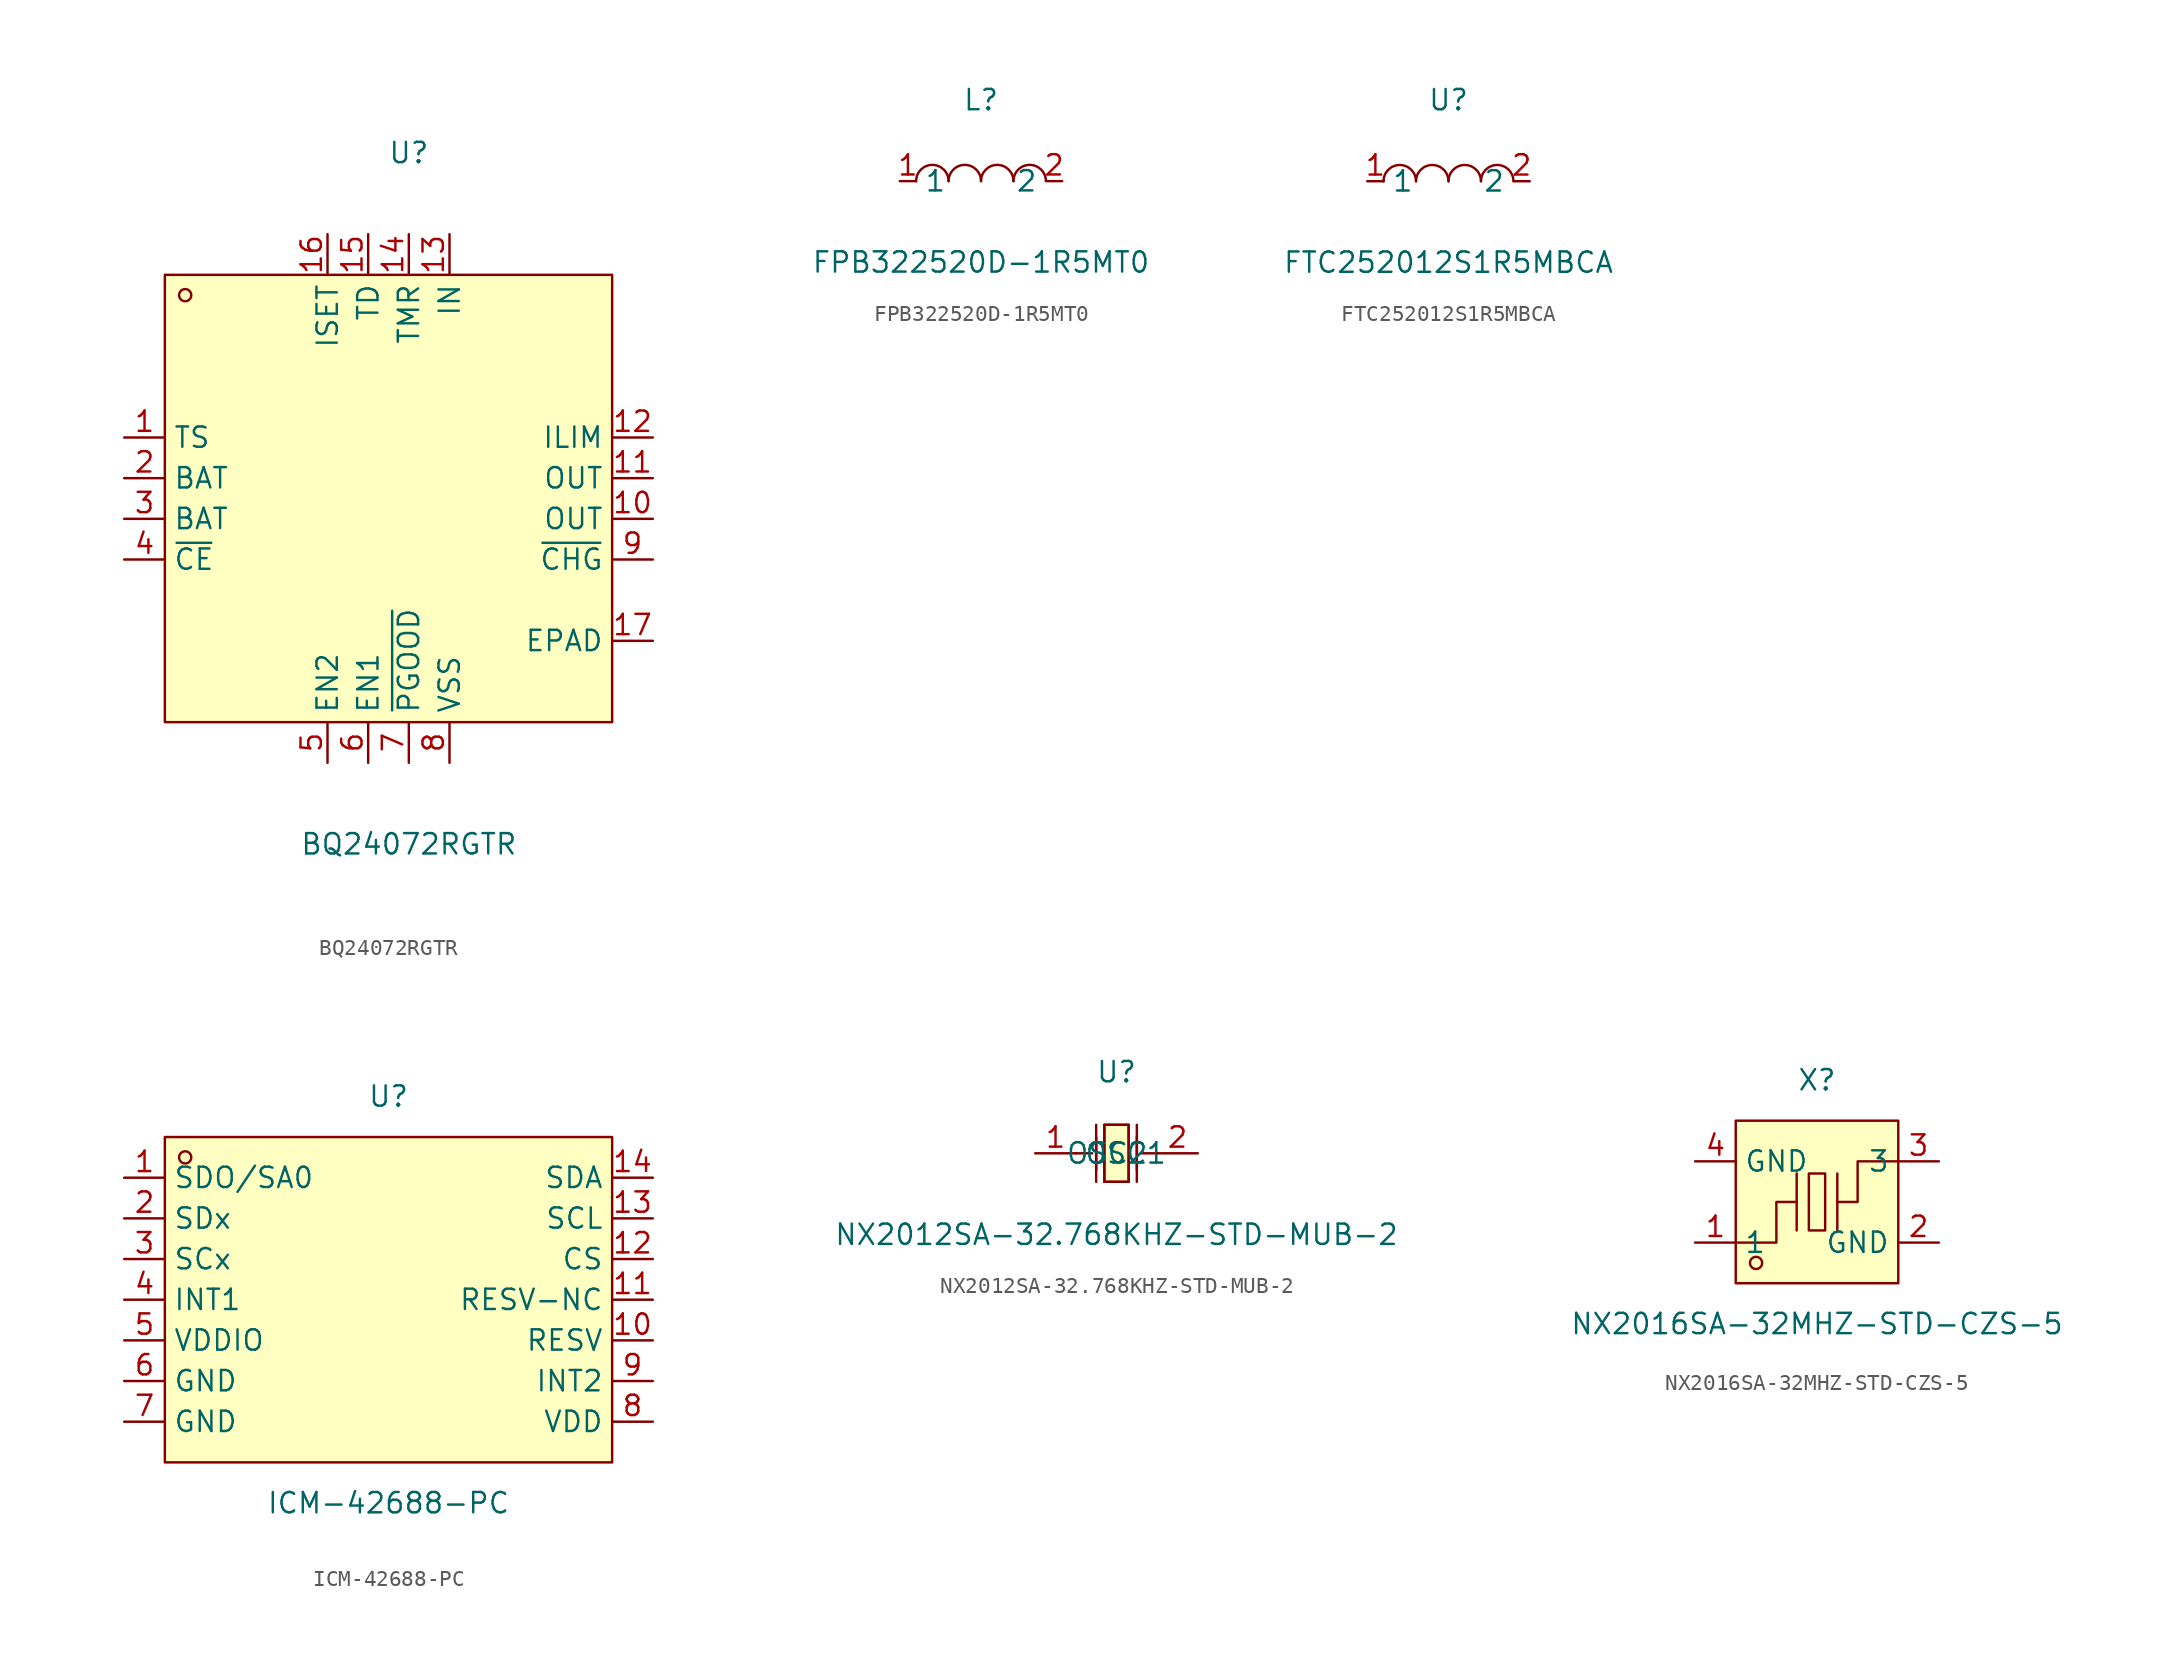
<source format=kicad_sym>
(kicad_symbol_lib
  (version 20211014)
  (generator https://github.com/uPesy/easyeda2kicad.py)
  (symbol "BQ24072RGTR"
    (property "Reference" "U"
      (at 0 20.32 0)
      (effects (font (size 1.27 1.27))))
    (property "Value" "BQ24072RGTR"
      (at 0 -22.86 0)
      (effects (font (size 1.27 1.27))))
    (symbol "BQ24072RGTR_0_1"
      (rectangle (start -15.24 12.70) (end 12.70 -15.24) (stroke (width 0) (type default) (color 0 0 0 0)) (fill (type background)))
      (circle (center -13.97 11.43) (radius 0.38) (stroke (width 0) (type default) (color 0 0 0 0)) (fill (type none)))
      (pin unspecified line (at -17.78 2.54 0) (length 2.54) (name "TS" (effects (font (size 1.27 1.27)))) (number "1" (effects (font (size 1.27 1.27)))))
      (pin unspecified line (at -17.78 -0.00 0) (length 2.54) (name "BAT" (effects (font (size 1.27 1.27)))) (number "2" (effects (font (size 1.27 1.27)))))
      (pin unspecified line (at -17.78 -2.54 0) (length 2.54) (name "BAT" (effects (font (size 1.27 1.27)))) (number "3" (effects (font (size 1.27 1.27)))))
      (pin unspecified line (at -17.78 -5.08 0) (length 2.54) (name "~{CE}" (effects (font (size 1.27 1.27)))) (number "4" (effects (font (size 1.27 1.27)))))
      (pin unspecified line (at -5.08 -17.78 90) (length 2.54) (name "EN2" (effects (font (size 1.27 1.27)))) (number "5" (effects (font (size 1.27 1.27)))))
      (pin unspecified line (at -2.54 -17.78 90) (length 2.54) (name "EN1" (effects (font (size 1.27 1.27)))) (number "6" (effects (font (size 1.27 1.27)))))
      (pin unspecified line (at 0.00 -17.78 90) (length 2.54) (name "~{PGOOD}" (effects (font (size 1.27 1.27)))) (number "7" (effects (font (size 1.27 1.27)))))
      (pin unspecified line (at 2.54 -17.78 90) (length 2.54) (name "VSS" (effects (font (size 1.27 1.27)))) (number "8" (effects (font (size 1.27 1.27)))))
      (pin unspecified line (at 15.24 -5.08 180) (length 2.54) (name "~{CHG}" (effects (font (size 1.27 1.27)))) (number "9" (effects (font (size 1.27 1.27)))))
      (pin unspecified line (at 15.24 -2.54 180) (length 2.54) (name "OUT" (effects (font (size 1.27 1.27)))) (number "10" (effects (font (size 1.27 1.27)))))
      (pin unspecified line (at 15.24 -0.00 180) (length 2.54) (name "OUT" (effects (font (size 1.27 1.27)))) (number "11" (effects (font (size 1.27 1.27)))))
      (pin unspecified line (at 15.24 2.54 180) (length 2.54) (name "ILIM" (effects (font (size 1.27 1.27)))) (number "12" (effects (font (size 1.27 1.27)))))
      (pin unspecified line (at 2.54 15.24 270) (length 2.54) (name "IN" (effects (font (size 1.27 1.27)))) (number "13" (effects (font (size 1.27 1.27)))))
      (pin unspecified line (at 0.00 15.24 270) (length 2.54) (name "TMR" (effects (font (size 1.27 1.27)))) (number "14" (effects (font (size 1.27 1.27)))))
      (pin unspecified line (at -2.54 15.24 270) (length 2.54) (name "TD" (effects (font (size 1.27 1.27)))) (number "15" (effects (font (size 1.27 1.27)))))
      (pin unspecified line (at -5.08 15.24 270) (length 2.54) (name "ISET" (effects (font (size 1.27 1.27)))) (number "16" (effects (font (size 1.27 1.27)))))
      (pin unspecified line (at 15.24 -10.16 180) (length 2.54) (name "EPAD" (effects (font (size 1.27 1.27)))) (number "17" (effects (font (size 1.27 1.27)))))))
  (symbol "FPB322520D-1R5MT0"
    (property "Reference" "L"
      (at 0 5.08 0)
      (effects (font (size 1.27 1.27))))
    (property "Value" "FPB322520D-1R5MT0"
      (at 0 -5.08 0)
      (effects (font (size 1.27 1.27))))
    (symbol "FPB322520D-1R5MT0_0_1"
      (arc (start -4.06 -0.01) (mid -2.83 0.99) (end -2.03 0.01) (stroke (width 0) (type default) (color 0 0 0 0)) (fill (type none)))
      (arc (start -2.03 -0.01) (mid -0.80 0.99) (end 0.00 0.01) (stroke (width 0) (type default) (color 0 0 0 0)) (fill (type none)))
      (arc (start 2.03 -0.01) (mid 3.26 0.99) (end 4.06 0.01) (stroke (width 0) (type default) (color 0 0 0 0)) (fill (type none)))
      (arc (start 0.00 -0.01) (mid 1.23 0.99) (end 2.03 0.01) (stroke (width 0) (type default) (color 0 0 0 0)) (fill (type none)))
      (pin unspecified line (at 5.08 -0.00 180) (length 1.016) (name "2" (effects (font (size 1.27 1.27)))) (number "2" (effects (font (size 1.27 1.27)))))
      (pin unspecified line (at -5.08 -0.00 0) (length 1.016) (name "1" (effects (font (size 1.27 1.27)))) (number "1" (effects (font (size 1.27 1.27)))))))
  (symbol "FTC252012S1R5MBCA"
    (property "Reference" "U"
      (at 0 5.08 0)
      (effects (font (size 1.27 1.27))))
    (property "Value" "FTC252012S1R5MBCA"
      (at 0 -5.08 0)
      (effects (font (size 1.27 1.27))))
    (symbol "FTC252012S1R5MBCA_0_1"
      (arc (start -4.06 -0.01) (mid -2.83 0.99) (end -2.03 0.01) (stroke (width 0) (type default) (color 0 0 0 0)) (fill (type none)))
      (arc (start -2.03 -0.01) (mid -0.80 0.99) (end 0.00 0.01) (stroke (width 0) (type default) (color 0 0 0 0)) (fill (type none)))
      (arc (start 2.03 -0.01) (mid 3.26 0.99) (end 4.06 0.01) (stroke (width 0) (type default) (color 0 0 0 0)) (fill (type none)))
      (arc (start 0.00 -0.01) (mid 1.23 0.99) (end 2.03 0.01) (stroke (width 0) (type default) (color 0 0 0 0)) (fill (type none)))
      (pin unspecified line (at 5.08 -0.00 180) (length 1.016) (name "2" (effects (font (size 1.27 1.27)))) (number "2" (effects (font (size 1.27 1.27)))))
      (pin unspecified line (at -5.08 -0.00 0) (length 1.016) (name "1" (effects (font (size 1.27 1.27)))) (number "1" (effects (font (size 1.27 1.27)))))))
  (symbol "ICM-42688-PC"
    (property "Reference" "U"
      (at 0 12.70 0)
      (effects (font (size 1.27 1.27))))
    (property "Value" "ICM-42688-PC"
      (at 0 -12.70 0)
      (effects (font (size 1.27 1.27))))
    (symbol "ICM-42688-PC_0_1"
      (rectangle (start -13.97 10.16) (end 13.97 -10.16) (stroke (width 0) (type default) (color 0 0 0 0)) (fill (type background)))
      (circle (center -12.70 8.89) (radius 0.38) (stroke (width 0) (type default) (color 0 0 0 0)) (fill (type none)))
      (pin unspecified line (at -16.51 7.62 0) (length 2.54) (name "SDO/SA0" (effects (font (size 1.27 1.27)))) (number "1" (effects (font (size 1.27 1.27)))))
      (pin unspecified line (at -16.51 5.08 0) (length 2.54) (name "SDx" (effects (font (size 1.27 1.27)))) (number "2" (effects (font (size 1.27 1.27)))))
      (pin unspecified line (at -16.51 2.54 0) (length 2.54) (name "SCx" (effects (font (size 1.27 1.27)))) (number "3" (effects (font (size 1.27 1.27)))))
      (pin unspecified line (at -16.51 -0.00 0) (length 2.54) (name "INT1" (effects (font (size 1.27 1.27)))) (number "4" (effects (font (size 1.27 1.27)))))
      (pin unspecified line (at -16.51 -2.54 0) (length 2.54) (name "VDDIO" (effects (font (size 1.27 1.27)))) (number "5" (effects (font (size 1.27 1.27)))))
      (pin unspecified line (at -16.51 -5.08 0) (length 2.54) (name "GND" (effects (font (size 1.27 1.27)))) (number "6" (effects (font (size 1.27 1.27)))))
      (pin unspecified line (at -16.51 -7.62 0) (length 2.54) (name "GND" (effects (font (size 1.27 1.27)))) (number "7" (effects (font (size 1.27 1.27)))))
      (pin unspecified line (at 16.51 -7.62 180) (length 2.54) (name "VDD" (effects (font (size 1.27 1.27)))) (number "8" (effects (font (size 1.27 1.27)))))
      (pin unspecified line (at 16.51 -5.08 180) (length 2.54) (name "INT2" (effects (font (size 1.27 1.27)))) (number "9" (effects (font (size 1.27 1.27)))))
      (pin unspecified line (at 16.51 -2.54 180) (length 2.54) (name "RESV" (effects (font (size 1.27 1.27)))) (number "10" (effects (font (size 1.27 1.27)))))
      (pin unspecified line (at 16.51 -0.00 180) (length 2.54) (name "RESV-NC" (effects (font (size 1.27 1.27)))) (number "11" (effects (font (size 1.27 1.27)))))
      (pin unspecified line (at 16.51 2.54 180) (length 2.54) (name "CS" (effects (font (size 1.27 1.27)))) (number "12" (effects (font (size 1.27 1.27)))))
      (pin unspecified line (at 16.51 5.08 180) (length 2.54) (name "SCL" (effects (font (size 1.27 1.27)))) (number "13" (effects (font (size 1.27 1.27)))))
      (pin unspecified line (at 16.51 7.62 180) (length 2.54) (name "SDA" (effects (font (size 1.27 1.27)))) (number "14" (effects (font (size 1.27 1.27)))))))
  (symbol "NX2012SA-32.768KHZ-STD-MUB-2"
    (property "Reference" "U"
      (at 0 5.08 0)
      (effects (font (size 1.27 1.27))))
    (property "Value" "NX2012SA-32.768KHZ-STD-MUB-2"
      (at 0 -5.08 0)
      (effects (font (size 1.27 1.27))))
    (symbol "NX2012SA-32.768KHZ-STD-MUB-2_0_1"
      (polyline (pts (xy 0.76 1.78) (xy 0.76 -1.78) (xy -0.76 -1.78) (xy -0.76 1.78) (xy 0.76 1.78)) (stroke (width 0) (type default) (color 0 0 0 0)) (fill (type background)))
      (polyline (pts (xy -1.27 -1.78) (xy -1.27 1.78)) (stroke (width 0) (type default) (color 0 0 0 0)) (fill (type none)))
      (polyline (pts (xy 1.27 -1.78) (xy 1.27 1.78)) (stroke (width 0) (type default) (color 0 0 0 0)) (fill (type none)))
      (polyline (pts (xy -2.54 -0.00) (xy -1.52 -0.00)) (stroke (width 0) (type default) (color 0 0 0 0)) (fill (type none)))
      (polyline (pts (xy 2.54 -0.00) (xy 1.52 -0.00)) (stroke (width 0) (type default) (color 0 0 0 0)) (fill (type none)))
      (polyline (pts (xy -0.76 -1.78) (xy -0.76 1.78) (xy 0.76 1.78) (xy 0.76 -1.78)) (stroke (width 0) (type default) (color 0 0 0 0)) (fill (type none)))
      (polyline (pts (xy 1.27 -1.02) (xy 1.27 1.02)) (stroke (width 0) (type default) (color 0 0 0 0)) (fill (type none)))
      (polyline (pts (xy 0.76 -1.78) (xy -0.76 -1.78)) (stroke (width 0) (type default) (color 0 0 0 0)) (fill (type none)))
      (polyline (pts (xy -1.27 -1.02) (xy -1.27 1.02)) (stroke (width 0) (type default) (color 0 0 0 0)) (fill (type none)))
      (pin input line (at 5.08 -0.00 180) (length 2.54) (name "OSC2" (effects (font (size 1.27 1.27)))) (number "2" (effects (font (size 1.27 1.27)))))
      (pin input line (at -5.08 -0.00 0) (length 2.54) (name "OSC1" (effects (font (size 1.27 1.27)))) (number "1" (effects (font (size 1.27 1.27)))))))
  (symbol "NX2016SA-32MHZ-STD-CZS-5"
    (property "Reference" "X"
      (at 0 7.62 0)
      (effects (font (size 1.27 1.27))))
    (property "Value" "NX2016SA-32MHZ-STD-CZS-5"
      (at 0 -7.62 0)
      (effects (font (size 1.27 1.27))))
    (symbol "NX2016SA-32MHZ-STD-CZS-5_0_1"
      (rectangle (start -5.08 5.08) (end 5.08 -5.08) (stroke (width 0) (type default) (color 0 0 0 0)) (fill (type background)))
      (rectangle (start -0.51 1.78) (end 0.51 -1.78) (stroke (width 0) (type default) (color 0 0 0 0)) (fill (type background)))
      (circle (center -3.81 -3.81) (radius 0.38) (stroke (width 0) (type default) (color 0 0 0 0)) (fill (type none)))
      (polyline (pts (xy -1.27 -1.78) (xy -1.27 1.78)) (stroke (width 0) (type default) (color 0 0 0 0)) (fill (type none)))
      (polyline (pts (xy 1.27 -1.78) (xy 1.27 1.78)) (stroke (width 0) (type default) (color 0 0 0 0)) (fill (type none)))
      (polyline (pts (xy -5.08 -2.54) (xy -2.54 -2.54) (xy -2.54 -0.00) (xy -1.27 -0.00)) (stroke (width 0) (type default) (color 0 0 0 0)) (fill (type none)))
      (polyline (pts (xy 5.08 2.54) (xy 2.54 2.54) (xy 2.54 -0.00) (xy 1.27 -0.00)) (stroke (width 0) (type default) (color 0 0 0 0)) (fill (type none)))
      (pin input line (at -7.62 -2.54 0) (length 2.54) (name "1" (effects (font (size 1.27 1.27)))) (number "1" (effects (font (size 1.27 1.27)))))
      (pin input line (at 7.62 2.54 180) (length 2.54) (name "3" (effects (font (size 1.27 1.27)))) (number "3" (effects (font (size 1.27 1.27)))))
      (pin input line (at -7.62 2.54 0) (length 2.54) (name "GND" (effects (font (size 1.27 1.27)))) (number "4" (effects (font (size 1.27 1.27)))))
      (pin input line (at 7.62 -2.54 180) (length 2.54) (name "GND" (effects (font (size 1.27 1.27)))) (number "2" (effects (font (size 1.27 1.27))))))))
</source>
